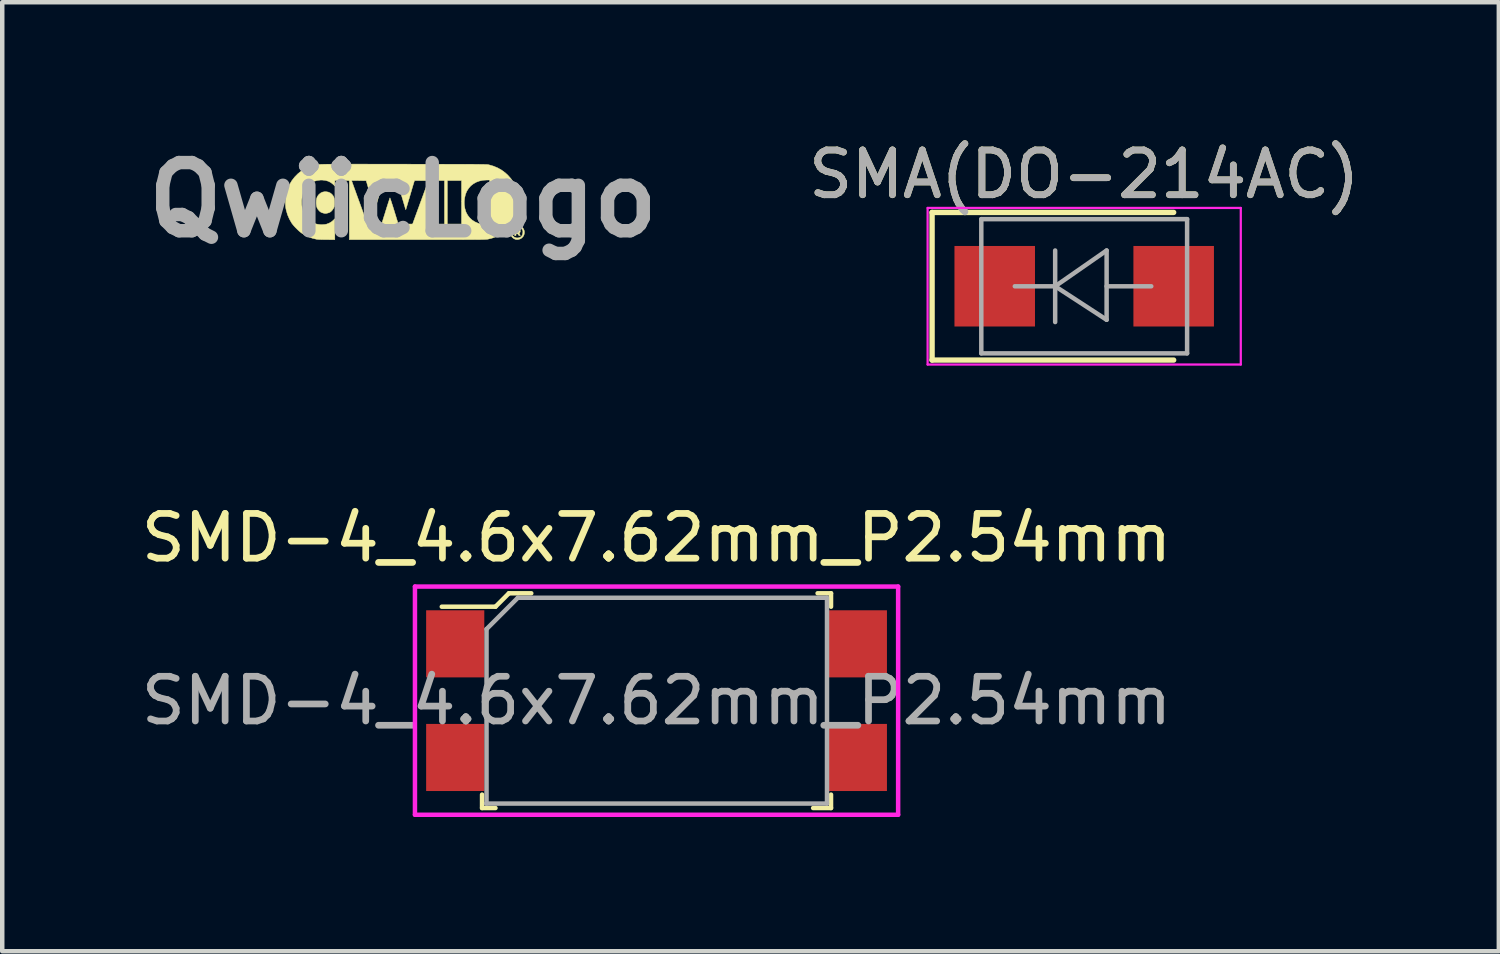
<source format=kicad_pcb>
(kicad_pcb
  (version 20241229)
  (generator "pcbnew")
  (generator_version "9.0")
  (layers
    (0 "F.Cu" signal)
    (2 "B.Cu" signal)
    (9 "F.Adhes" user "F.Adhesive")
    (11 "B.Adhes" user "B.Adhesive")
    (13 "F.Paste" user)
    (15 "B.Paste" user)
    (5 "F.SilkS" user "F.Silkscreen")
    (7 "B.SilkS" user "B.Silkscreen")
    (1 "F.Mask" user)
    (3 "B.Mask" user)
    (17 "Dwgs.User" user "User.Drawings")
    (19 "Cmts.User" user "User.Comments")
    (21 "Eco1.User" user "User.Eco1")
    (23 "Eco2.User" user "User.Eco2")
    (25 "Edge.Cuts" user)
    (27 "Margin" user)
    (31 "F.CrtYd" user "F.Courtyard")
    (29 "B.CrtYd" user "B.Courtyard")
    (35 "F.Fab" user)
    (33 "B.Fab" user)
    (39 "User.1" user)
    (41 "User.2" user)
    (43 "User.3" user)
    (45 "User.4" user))
  (footprint "SMD-4_4.6x7.62mm_P2.54mm"
    (layer "F.Cu")
    (at 11.625 12.611)
    (property "Reference" "SMD-4_4.6x7.62mm_P2.54mm" (at 0 -3.64 0) (layer "F.SilkS") (effects (font (size 1 1) (thickness 0.15))))
    (attr smd)
    (fp_line (start -3.9 2.1) (end -3.9 2.4) (stroke (width 0.1) (type solid)) (layer "F.SilkS"))
    (fp_line (start -3.9 2.4) (end -3.6 2.4) (stroke (width 0.1) (type solid)) (layer "F.SilkS"))
    (fp_line (start -3.6 -2.1) (end -4.8 -2.1) (stroke (width 0.1) (type solid)) (layer "F.SilkS"))
    (fp_line (start -3.6 -2.1) (end -3.3 -2.4) (stroke (width 0.1) (type solid)) (layer "F.SilkS"))
    (fp_line (start -3.3 -2.4) (end -2.8 -2.4) (stroke (width 0.1) (type solid)) (layer "F.SilkS"))
    (fp_line (start 3.9 -2.4) (end 3.6 -2.4) (stroke (width 0.1) (type solid)) (layer "F.SilkS"))
    (fp_line (start 3.9 -2.1) (end 3.9 -2.4) (stroke (width 0.1) (type solid)) (layer "F.SilkS"))
    (fp_line (start 3.9 2.1) (end 3.9 2.4) (stroke (width 0.1) (type solid)) (layer "F.SilkS"))
    (fp_line (start 3.9 2.4) (end 3.5 2.4) (stroke (width 0.1) (type solid)) (layer "F.SilkS"))
    (fp_line (start -5.4 -2.55) (end 5.4 -2.55) (stroke (width 0.1) (type solid)) (layer "F.CrtYd"))
    (fp_line (start -5.4 2.55) (end -5.4 -2.55) (stroke (width 0.1) (type solid)) (layer "F.CrtYd"))
    (fp_line (start -5.4 2.55) (end 5.4 2.55) (stroke (width 0.1) (type solid)) (layer "F.CrtYd"))
    (fp_line (start 5.4 -2.55) (end 5.4 2.55) (stroke (width 0.1) (type solid)) (layer "F.CrtYd"))
    (fp_line (start -3.81 2.3) (end 3.81 2.3) (stroke (width 0.1) (type solid)) (layer "F.Fab"))
    (fp_line (start -3.8 -1.6) (end -3.8 2.3) (stroke (width 0.1) (type solid)) (layer "F.Fab"))
    (fp_line (start -3.8 -1.6) (end -3.1 -2.3) (stroke (width 0.1) (type solid)) (layer "F.Fab"))
    (fp_line (start -3.1 -2.3) (end 3.8 -2.3) (stroke (width 0.1) (type solid)) (layer "F.Fab"))
    (fp_line (start 3.81 -2.3) (end 3.81 2.3) (stroke (width 0.1) (type solid)) (layer "F.Fab"))
    (fp_text user "${REFERENCE}" (at 0 0 0) (layer "F.Fab") (effects (font (size 1 1) (thickness 0.15))))
    (pad "1" smd rect (at -4.5 -1.27) (size 1.3 1.5) (layers "F.Cu" "F.Mask" "F.Paste"))
    (pad "2" smd rect (at -4.5 1.27) (size 1.3 1.5) (layers "F.Cu" "F.Mask" "F.Paste"))
    (pad "3" smd rect (at 4.5 1.27) (size 1.3 1.5) (layers "F.Cu" "F.Mask" "F.Paste"))
    (pad "4" smd rect (at 4.5 -1.27) (size 1.3 1.5) (layers "F.Cu" "F.Mask" "F.Paste")))
  (footprint "QwiicLogo"
    (layer "F.Cu")
    (at 5.958 1.418)
    (property "Reference" "QwiicLogo" (at 0 0 0) (layer "F.Fab") (effects (font (size 1.524 1.524) (thickness 0.3))))
    (attr through_hole)
    (fp_poly (pts (xy -1.672 -0.175) (xy -1.63 -0.157) (xy -1.593 -0.129) (xy -1.582 -0.117) (xy -1.559 -0.088) (xy -1.544 -0.057) (xy -1.534 -0.022) (xy -1.529 0.019) (xy -1.528 0.057) (xy -1.528 0.092) (xy -1.53 0.117) (xy -1.533 0.138) (xy -1.538 0.156) (xy -1.543 0.168) (xy -1.56 0.2) (xy -1.583 0.232) (xy -1.61 0.26) (xy -1.637 0.279) (xy -1.638 0.279) (xy -1.654 0.285) (xy -1.675 0.292) (xy -1.699 0.298) (xy -1.721 0.303) (xy -1.736 0.304) (xy -1.739 0.304) (xy -1.747 0.303) (xy -1.763 0.299) (xy -1.778 0.296) (xy -1.812 0.286) (xy -1.839 0.273) (xy -1.864 0.254) (xy -1.88 0.237) (xy -1.905 0.206) (xy -1.923 0.173) (xy -1.933 0.136) (xy -1.939 0.091) (xy -1.94 0.06) (xy -1.938 0.008) (xy -1.93 -0.034) (xy -1.917 -0.07) (xy -1.896 -0.102) (xy -1.877 -0.124) (xy -1.839 -0.155) (xy -1.799 -0.174) (xy -1.753 -0.183) (xy -1.721 -0.183) (xy -1.672 -0.175)) (stroke (width 0.01) (type solid)) (fill yes) (layer "F.SilkS"))
    (fp_poly (pts (xy 2.569 0.648) (xy 2.587 0.651) (xy 2.6 0.657) (xy 2.606 0.661) (xy 2.619 0.679) (xy 2.623 0.701) (xy 2.617 0.723) (xy 2.609 0.734) (xy 2.596 0.749) (xy 2.609 0.77) (xy 2.619 0.787) (xy 2.621 0.796) (xy 2.616 0.8) (xy 2.606 0.8) (xy 2.592 0.796) (xy 2.58 0.782) (xy 2.577 0.778) (xy 2.566 0.762) (xy 2.553 0.756) (xy 2.546 0.756) (xy 2.533 0.757) (xy 2.528 0.763) (xy 2.527 0.778) (xy 2.526 0.793) (xy 2.521 0.799) (xy 2.511 0.8) (xy 2.496 0.8) (xy 2.496 0.697) (xy 2.527 0.697) (xy 2.528 0.717) (xy 2.532 0.726) (xy 2.541 0.728) (xy 2.545 0.727) (xy 2.56 0.725) (xy 2.57 0.724) (xy 2.583 0.719) (xy 2.588 0.708) (xy 2.588 0.69) (xy 2.577 0.678) (xy 2.556 0.673) (xy 2.552 0.673) (xy 2.536 0.674) (xy 2.529 0.678) (xy 2.527 0.69) (xy 2.527 0.697) (xy 2.496 0.697) (xy 2.496 0.648) (xy 2.542 0.648) (xy 2.569 0.648)) (stroke (width 0.01) (type solid)) (fill yes) (layer "F.SilkS"))
    (fp_poly (pts (xy 2.597 0.572) (xy 2.631 0.585) (xy 2.661 0.607) (xy 2.675 0.621) (xy 2.698 0.656) (xy 2.712 0.696) (xy 2.714 0.737) (xy 2.706 0.777) (xy 2.688 0.815) (xy 2.659 0.847) (xy 2.659 0.848) (xy 2.625 0.87) (xy 2.587 0.883) (xy 2.549 0.888) (xy 2.515 0.883) (xy 2.475 0.865) (xy 2.441 0.837) (xy 2.416 0.802) (xy 2.404 0.774) (xy 2.398 0.753) (xy 2.396 0.743) (xy 2.433 0.743) (xy 2.442 0.779) (xy 2.461 0.809) (xy 2.488 0.833) (xy 2.496 0.837) (xy 2.528 0.848) (xy 2.563 0.85) (xy 2.597 0.844) (xy 2.624 0.832) (xy 2.652 0.808) (xy 2.669 0.779) (xy 2.677 0.744) (xy 2.678 0.731) (xy 2.679 0.707) (xy 2.677 0.69) (xy 2.671 0.674) (xy 2.662 0.66) (xy 2.637 0.632) (xy 2.607 0.614) (xy 2.574 0.604) (xy 2.539 0.604) (xy 2.506 0.613) (xy 2.476 0.63) (xy 2.452 0.656) (xy 2.446 0.668) (xy 2.434 0.706) (xy 2.433 0.743) (xy 2.396 0.743) (xy 2.395 0.734) (xy 2.394 0.727) (xy 2.398 0.699) (xy 2.409 0.668) (xy 2.424 0.639) (xy 2.437 0.621) (xy 2.467 0.594) (xy 2.498 0.577) (xy 2.536 0.569) (xy 2.556 0.569) (xy 2.597 0.572)) (stroke (width 0.01) (type solid)) (fill yes) (layer "F.SilkS"))
    (fp_poly (pts (xy -0.981 -0.8) (xy -0.856 -0.8) (xy -0.722 -0.799) (xy -0.576 -0.799) (xy -0.42 -0.799) (xy -0.251 -0.799) (xy -0.071 -0.799) (xy 0.006 -0.799) (xy 0.189 -0.798) (xy 0.359 -0.798) (xy 0.518 -0.798) (xy 0.665 -0.798) (xy 0.801 -0.798) (xy 0.927 -0.797) (xy 1.042 -0.797) (xy 1.148 -0.797) (xy 1.245 -0.797) (xy 1.333 -0.797) (xy 1.412 -0.796) (xy 1.484 -0.796) (xy 1.548 -0.796) (xy 1.606 -0.795) (xy 1.656 -0.795) (xy 1.701 -0.794) (xy 1.74 -0.794) (xy 1.774 -0.793) (xy 1.802 -0.793) (xy 1.827 -0.792) (xy 1.847 -0.792) (xy 1.864 -0.791) (xy 1.878 -0.79) (xy 1.89 -0.789) (xy 1.899 -0.788) (xy 1.906 -0.787) (xy 1.912 -0.786) (xy 1.917 -0.785) (xy 1.918 -0.785) (xy 2.021 -0.755) (xy 2.117 -0.715) (xy 2.204 -0.666) (xy 2.285 -0.606) (xy 2.343 -0.553) (xy 2.412 -0.475) (xy 2.471 -0.39) (xy 2.518 -0.299) (xy 2.555 -0.201) (xy 2.576 -0.121) (xy 2.582 -0.083) (xy 2.586 -0.037) (xy 2.588 0.016) (xy 2.588 0.07) (xy 2.586 0.123) (xy 2.582 0.17) (xy 2.577 0.21) (xy 2.576 0.216) (xy 2.548 0.316) (xy 2.509 0.41) (xy 2.46 0.498) (xy 2.401 0.58) (xy 2.334 0.653) (xy 2.258 0.718) (xy 2.176 0.774) (xy 2.086 0.82) (xy 1.991 0.855) (xy 1.903 0.877) (xy 1.896 0.878) (xy 1.889 0.879) (xy 1.881 0.881) (xy 1.871 0.882) (xy 1.859 0.882) (xy 1.845 0.883) (xy 1.828 0.884) (xy 1.807 0.885) (xy 1.783 0.885) (xy 1.754 0.886) (xy 1.721 0.887) (xy 1.682 0.887) (xy 1.637 0.887) (xy 1.586 0.888) (xy 1.528 0.888) (xy 1.462 0.888) (xy 1.389 0.888) (xy 1.308 0.889) (xy 1.217 0.889) (xy 1.118 0.889) (xy 1.008 0.889) (xy 0.888 0.889) (xy 0.758 0.889) (xy 0.616 0.889) (xy 0.462 0.889) (xy 0.32 0.889) (xy -1.2 0.889) (xy -1.2 -0.432) (xy -1.149 -0.432) (xy -1.147 -0.425) (xy -1.141 -0.408) (xy -1.131 -0.381) (xy -1.118 -0.344) (xy -1.102 -0.299) (xy -1.083 -0.246) (xy -1.061 -0.187) (xy -1.038 -0.122) (xy -1.013 -0.053) (xy -0.986 0.021) (xy -0.973 0.056) (xy -0.797 0.54) (xy -0.477 0.54) (xy -0.468 0.51) (xy -0.456 0.47) (xy -0.442 0.425) (xy -0.427 0.376) (xy -0.41 0.324) (xy -0.394 0.27) (xy -0.377 0.216) (xy -0.361 0.164) (xy -0.345 0.115) (xy -0.331 0.07) (xy -0.318 0.03) (xy -0.307 -0.003) (xy -0.299 -0.028) (xy -0.294 -0.042) (xy -0.292 -0.046) (xy -0.29 -0.041) (xy -0.284 -0.025) (xy -0.275 0.000293) (xy -0.263 0.035) (xy -0.25 0.077) (xy -0.234 0.125) (xy -0.217 0.179) (xy -0.199 0.237) (xy -0.197 0.244) (xy -0.106 0.54) (xy 0.214 0.54) (xy 0.327 0.23) (xy 0.352 0.163) (xy 0.377 0.093) (xy 0.403 0.023) (xy 0.428 -0.045) (xy 0.452 -0.11) (xy 0.473 -0.169) (xy 0.492 -0.22) (xy 0.505 -0.254) (xy 0.569 -0.429) (xy 0.414 -0.43) (xy 0.371 -0.431) (xy 0.332 -0.431) (xy 0.299 -0.431) (xy 0.275 -0.431) (xy 0.26 -0.43) (xy 0.256 -0.43) (xy 0.254 -0.423) (xy 0.249 -0.406) (xy 0.24 -0.379) (xy 0.229 -0.343) (xy 0.216 -0.299) (xy 0.201 -0.249) (xy 0.185 -0.193) (xy 0.167 -0.133) (xy 0.159 -0.105) (xy 0.141 -0.043) (xy 0.123 0.014) (xy 0.108 0.067) (xy 0.094 0.114) (xy 0.082 0.154) (xy 0.073 0.185) (xy 0.066 0.207) (xy 0.062 0.218) (xy 0.062 0.22) (xy 0.06 0.214) (xy 0.054 0.198) (xy 0.046 0.171) (xy 0.036 0.135) (xy 0.023 0.092) (xy 0.008 0.042) (xy -0.008 -0.013) (xy -0.026 -0.073) (xy -0.035 -0.105) (xy -0.13 -0.432) (xy 0.603 -0.432) (xy 0.603 0.54) (xy 0.927 0.54) (xy 0.927 -0.432) (xy 0.991 -0.432) (xy 0.991 0.54) (xy 1.308 0.54) (xy 1.308 0.033) (xy 1.369 0.033) (xy 1.371 0.111) (xy 1.382 0.187) (xy 1.403 0.258) (xy 1.412 0.281) (xy 1.447 0.345) (xy 1.492 0.402) (xy 1.546 0.451) (xy 1.608 0.491) (xy 1.677 0.521) (xy 1.687 0.525) (xy 1.726 0.536) (xy 1.762 0.544) (xy 1.798 0.549) (xy 1.84 0.551) (xy 1.868 0.552) (xy 1.937 0.552) (xy 1.937 0.294) (xy 1.884 0.291) (xy 1.833 0.283) (xy 1.79 0.266) (xy 1.756 0.239) (xy 1.746 0.228) (xy 1.719 0.184) (xy 1.701 0.134) (xy 1.693 0.079) (xy 1.694 0.024) (xy 1.705 -0.031) (xy 1.721 -0.074) (xy 1.747 -0.116) (xy 1.781 -0.146) (xy 1.821 -0.167) (xy 1.869 -0.177) (xy 1.893 -0.178) (xy 1.937 -0.178) (xy 1.937 -0.445) (xy 1.872 -0.444) (xy 1.789 -0.439) (xy 1.711 -0.423) (xy 1.639 -0.397) (xy 1.575 -0.361) (xy 1.517 -0.316) (xy 1.469 -0.262) (xy 1.429 -0.2) (xy 1.422 -0.187) (xy 1.395 -0.119) (xy 1.378 -0.044) (xy 1.369 0.033) (xy 1.308 0.033) (xy 1.308 -0.432) (xy 0.991 -0.432) (xy 0.927 -0.432) (xy 0.603 -0.432) (xy -0.13 -0.432) (xy -0.13 -0.432) (xy -0.285 -0.43) (xy -0.441 -0.429) (xy -0.533 -0.11) (xy -0.551 -0.049) (xy -0.568 0.009) (xy -0.583 0.061) (xy -0.597 0.108) (xy -0.609 0.147) (xy -0.618 0.179) (xy -0.625 0.2) (xy -0.629 0.211) (xy -0.629 0.212) (xy -0.632 0.207) (xy -0.637 0.191) (xy -0.646 0.165) (xy -0.657 0.129) (xy -0.67 0.086) (xy -0.685 0.037) (xy -0.702 -0.018) (xy -0.719 -0.078) (xy -0.728 -0.106) (xy -0.823 -0.429) (xy -0.986 -0.432) (xy -1.03 -0.433) (xy -1.07 -0.433) (xy -1.103 -0.433) (xy -1.129 -0.433) (xy -1.145 -0.432) (xy -1.149 -0.432) (xy -1.2 -0.432) (xy -1.524 -0.432) (xy -1.524 -0.311) (xy -1.56 -0.346) (xy -1.61 -0.386) (xy -1.667 -0.416) (xy -1.731 -0.435) (xy -1.801 -0.443) (xy -1.847 -0.443) (xy -1.923 -0.433) (xy -1.993 -0.413) (xy -2.056 -0.383) (xy -2.111 -0.342) (xy -2.159 -0.293) (xy -2.198 -0.235) (xy -2.229 -0.168) (xy -2.251 -0.093) (xy -2.263 -0.011) (xy -2.265 0.019) (xy -2.264 0.106) (xy -2.253 0.187) (xy -2.232 0.261) (xy -2.202 0.329) (xy -2.164 0.389) (xy -2.116 0.441) (xy -2.061 0.484) (xy -1.999 0.518) (xy -1.933 0.54) (xy -1.893 0.547) (xy -1.847 0.552) (xy -1.8 0.552) (xy -1.755 0.55) (xy -1.717 0.544) (xy -1.713 0.543) (xy -1.653 0.521) (xy -1.598 0.489) (xy -1.561 0.458) (xy -1.524 0.422) (xy -1.524 0.889) (xy -1.707 0.888) (xy -1.773 0.888) (xy -1.828 0.887) (xy -1.872 0.885) (xy -1.907 0.883) (xy -1.933 0.88) (xy -1.94 0.878) (xy -2.023 0.858) (xy -2.107 0.828) (xy -2.19 0.788) (xy -2.257 0.748) (xy -2.29 0.724) (xy -2.327 0.693) (xy -2.366 0.656) (xy -2.405 0.617) (xy -2.441 0.578) (xy -2.471 0.541) (xy -2.488 0.518) (xy -2.54 0.427) (xy -2.581 0.332) (xy -2.61 0.233) (xy -2.62 0.185) (xy -2.626 0.131) (xy -2.629 0.07) (xy -2.628 0.006) (xy -2.623 -0.057) (xy -2.616 -0.115) (xy -2.608 -0.156) (xy -2.595 -0.201) (xy -2.582 -0.241) (xy -2.567 -0.278) (xy -2.549 -0.318) (xy -2.533 -0.349) (xy -2.482 -0.434) (xy -2.421 -0.512) (xy -2.351 -0.583) (xy -2.273 -0.646) (xy -2.188 -0.699) (xy -2.097 -0.741) (xy -2.048 -0.759) (xy -2.036 -0.763) (xy -2.026 -0.767) (xy -2.016 -0.77) (xy -2.006 -0.773) (xy -1.996 -0.776) (xy -1.986 -0.779) (xy -1.975 -0.782) (xy -1.962 -0.784) (xy -1.947 -0.786) (xy -1.93 -0.788) (xy -1.911 -0.79) (xy -1.888 -0.792) (xy -1.861 -0.793) (xy -1.83 -0.794) (xy -1.795 -0.795) (xy -1.755 -0.796) (xy -1.709 -0.797) (xy -1.658 -0.798) (xy -1.6 -0.798) (xy -1.535 -0.799) (xy -1.463 -0.799) (xy -1.384 -0.799) (xy -1.296 -0.8) (xy -1.2 -0.8) (xy -1.095 -0.8) (xy -0.981 -0.8)) (stroke (width 0.01) (type solid)) (fill yes) (layer "F.SilkS")))
  (footprint "SMA(DO-214AC)"
    (layer "F.Cu")
    (at 21.184 3.348)
    (property "Reference" "SMA(DO-214AC)" (at 0 -2.5 0) (layer "F.SilkS") (effects (font (size 1 1) (thickness 0.15))))
    (attr smd)
    (fp_line (start -3.4 -1.65) (end -3.4 1.65) (stroke (width 0.12) (type solid)) (layer "F.SilkS"))
    (fp_line (start -3.4 -1.65) (end 2 -1.65) (stroke (width 0.12) (type solid)) (layer "F.SilkS"))
    (fp_line (start -3.4 1.65) (end 2 1.65) (stroke (width 0.12) (type solid)) (layer "F.SilkS"))
    (fp_line (start -3.5 -1.75) (end 3.5 -1.75) (stroke (width 0.05) (type solid)) (layer "F.CrtYd"))
    (fp_line (start -3.5 1.75) (end -3.5 -1.75) (stroke (width 0.05) (type solid)) (layer "F.CrtYd"))
    (fp_line (start 3.5 -1.75) (end 3.5 1.75) (stroke (width 0.05) (type solid)) (layer "F.CrtYd"))
    (fp_line (start 3.5 1.75) (end -3.5 1.75) (stroke (width 0.05) (type solid)) (layer "F.CrtYd"))
    (fp_line (start -2.3 1.5) (end -2.3 -1.5) (stroke (width 0.1) (type solid)) (layer "F.Fab"))
    (fp_line (start -0.649 -0.799) (end -0.649 0.801) (stroke (width 0.1) (type solid)) (layer "F.Fab"))
    (fp_line (start -0.649 0.001) (end -1.551 0.001) (stroke (width 0.1) (type solid)) (layer "F.Fab"))
    (fp_line (start -0.649 0.001) (end 0.501 -0.799) (stroke (width 0.1) (type solid)) (layer "F.Fab"))
    (fp_line (start -0.649 0.001) (end 0.501 0.75) (stroke (width 0.1) (type solid)) (layer "F.Fab"))
    (fp_line (start 0.501 0.001) (end 1.499 0.001) (stroke (width 0.1) (type solid)) (layer "F.Fab"))
    (fp_line (start 0.501 0.75) (end 0.501 -0.799) (stroke (width 0.1) (type solid)) (layer "F.Fab"))
    (fp_line (start 2.3 -1.5) (end -2.3 -1.5) (stroke (width 0.1) (type solid)) (layer "F.Fab"))
    (fp_line (start 2.3 -1.5) (end 2.3 1.5) (stroke (width 0.1) (type solid)) (layer "F.Fab"))
    (fp_line (start 2.3 1.5) (end -2.3 1.5) (stroke (width 0.1) (type solid)) (layer "F.Fab"))
    (fp_text user "${REFERENCE}" (at 0 -2.5 0) (layer "F.Fab") (effects (font (size 1 1) (thickness 0.15))))
    (pad "1" smd rect (at -2 0) (size 1.8 1.8) (layers "F.Cu" "F.Mask" "F.Paste"))
    (pad "2" smd rect (at 2 0) (size 1.8 1.8) (layers "F.Cu" "F.Mask" "F.Paste")))
  (gr_rect
    (start -3 -3)
    (end 30.452 18.212)
    (stroke (width 0.1) (type default))
    (fill no)
    (layer "Edge.Cuts")))
</source>
